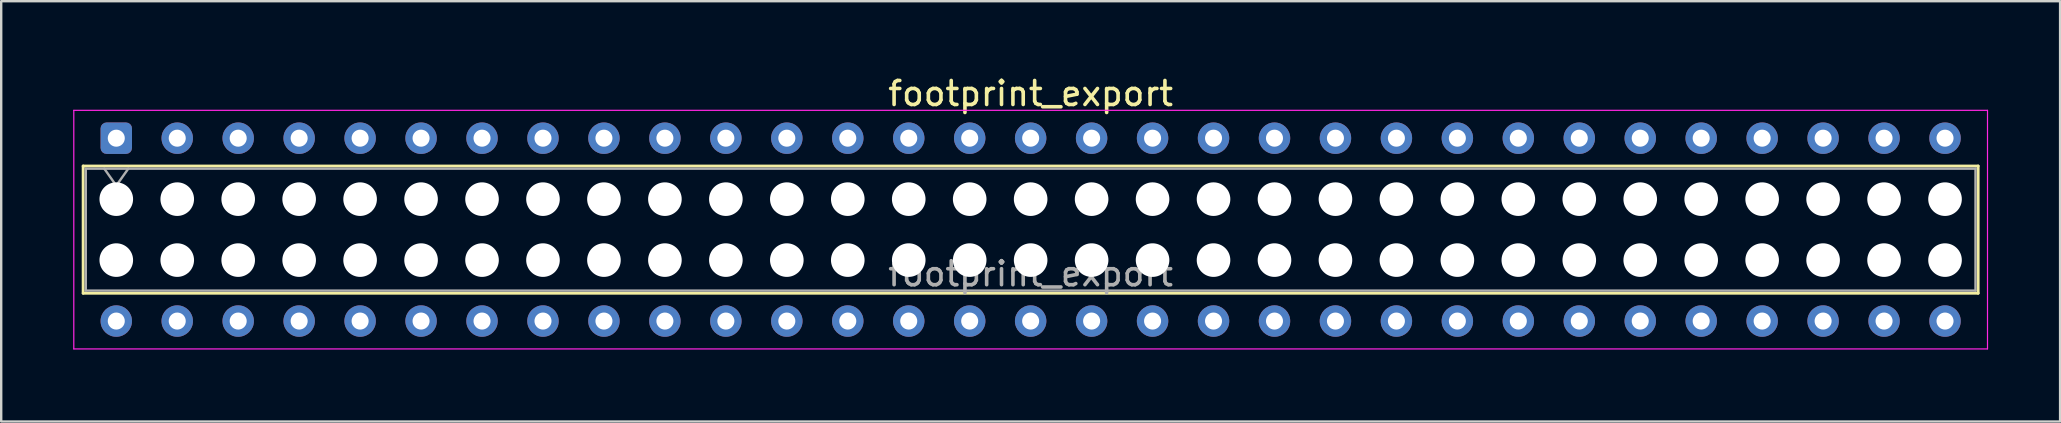
<source format=kicad_pcb>
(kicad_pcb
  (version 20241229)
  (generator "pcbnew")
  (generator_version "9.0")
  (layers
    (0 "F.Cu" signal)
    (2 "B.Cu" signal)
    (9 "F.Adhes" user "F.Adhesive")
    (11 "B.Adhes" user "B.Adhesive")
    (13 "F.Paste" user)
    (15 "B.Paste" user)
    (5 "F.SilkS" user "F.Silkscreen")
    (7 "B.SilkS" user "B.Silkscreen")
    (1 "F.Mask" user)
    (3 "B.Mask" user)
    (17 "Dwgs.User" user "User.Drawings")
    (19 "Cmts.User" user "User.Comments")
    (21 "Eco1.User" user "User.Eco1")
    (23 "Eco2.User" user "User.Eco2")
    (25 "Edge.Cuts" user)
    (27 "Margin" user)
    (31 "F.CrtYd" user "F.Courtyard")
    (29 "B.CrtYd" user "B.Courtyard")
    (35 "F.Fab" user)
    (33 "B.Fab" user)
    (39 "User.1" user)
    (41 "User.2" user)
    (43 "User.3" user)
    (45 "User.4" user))
  (footprint "footprint_export"
    (layer "F.Cu")
    (at 1.795 2.708)
    (property "Reference" "footprint_export" (at 38.1 -1.86 0) (layer "F.SilkS") (effects (font (size 1 1) (thickness 0.15))))
    (attr through_hole)
    (fp_line (start -1.38 1.16) (end 77.58 1.16) (stroke (width 0.12) (type solid)) (layer "F.SilkS"))
    (fp_line (start -1.38 6.46) (end -1.38 1.16) (stroke (width 0.12) (type solid)) (layer "F.SilkS"))
    (fp_line (start 77.58 1.16) (end 77.58 6.46) (stroke (width 0.12) (type solid)) (layer "F.SilkS"))
    (fp_line (start 77.58 6.46) (end -1.38 6.46) (stroke (width 0.12) (type solid)) (layer "F.SilkS"))
    (fp_line (start -1.77 -1.16) (end 77.97 -1.16) (stroke (width 0.05) (type solid)) (layer "F.CrtYd"))
    (fp_line (start -1.77 8.78) (end -1.77 -1.16) (stroke (width 0.05) (type solid)) (layer "F.CrtYd"))
    (fp_line (start 77.97 -1.16) (end 77.97 8.78) (stroke (width 0.05) (type solid)) (layer "F.CrtYd"))
    (fp_line (start 77.97 8.78) (end -1.77 8.78) (stroke (width 0.05) (type solid)) (layer "F.CrtYd"))
    (fp_line (start -1.27 1.27) (end 77.47 1.27) (stroke (width 0.1) (type solid)) (layer "F.Fab"))
    (fp_line (start -1.27 6.35) (end -1.27 1.27) (stroke (width 0.1) (type solid)) (layer "F.Fab"))
    (fp_line (start -0.5 1.27) (end 0 1.977) (stroke (width 0.1) (type solid)) (layer "F.Fab"))
    (fp_line (start 0 1.977) (end 0.5 1.27) (stroke (width 0.1) (type solid)) (layer "F.Fab"))
    (fp_line (start 77.47 1.27) (end 77.47 6.35) (stroke (width 0.1) (type solid)) (layer "F.Fab"))
    (fp_line (start 77.47 6.35) (end -1.27 6.35) (stroke (width 0.1) (type solid)) (layer "F.Fab"))
    (fp_text user "${REFERENCE}" (at 38.1 5.65 0) (layer "F.Fab") (effects (font (size 1 1) (thickness 0.15))))
    (pad "" np_thru_hole circle (at 0 2.54) (size 1.4 1.4) (drill 1.4) (layers "*.Cu" "*.Mask"))
    (pad "" np_thru_hole circle (at 0 5.08) (size 1.4 1.4) (drill 1.4) (layers "*.Cu" "*.Mask"))
    (pad "" np_thru_hole circle (at 2.54 2.54) (size 1.4 1.4) (drill 1.4) (layers "*.Cu" "*.Mask"))
    (pad "" np_thru_hole circle (at 2.54 5.08) (size 1.4 1.4) (drill 1.4) (layers "*.Cu" "*.Mask"))
    (pad "" np_thru_hole circle (at 5.08 2.54) (size 1.4 1.4) (drill 1.4) (layers "*.Cu" "*.Mask"))
    (pad "" np_thru_hole circle (at 5.08 5.08) (size 1.4 1.4) (drill 1.4) (layers "*.Cu" "*.Mask"))
    (pad "" np_thru_hole circle (at 7.62 2.54) (size 1.4 1.4) (drill 1.4) (layers "*.Cu" "*.Mask"))
    (pad "" np_thru_hole circle (at 7.62 5.08) (size 1.4 1.4) (drill 1.4) (layers "*.Cu" "*.Mask"))
    (pad "" np_thru_hole circle (at 10.16 2.54) (size 1.4 1.4) (drill 1.4) (layers "*.Cu" "*.Mask"))
    (pad "" np_thru_hole circle (at 10.16 5.08) (size 1.4 1.4) (drill 1.4) (layers "*.Cu" "*.Mask"))
    (pad "" np_thru_hole circle (at 12.7 2.54) (size 1.4 1.4) (drill 1.4) (layers "*.Cu" "*.Mask"))
    (pad "" np_thru_hole circle (at 12.7 5.08) (size 1.4 1.4) (drill 1.4) (layers "*.Cu" "*.Mask"))
    (pad "" np_thru_hole circle (at 15.24 2.54) (size 1.4 1.4) (drill 1.4) (layers "*.Cu" "*.Mask"))
    (pad "" np_thru_hole circle (at 15.24 5.08) (size 1.4 1.4) (drill 1.4) (layers "*.Cu" "*.Mask"))
    (pad "" np_thru_hole circle (at 17.78 2.54) (size 1.4 1.4) (drill 1.4) (layers "*.Cu" "*.Mask"))
    (pad "" np_thru_hole circle (at 17.78 5.08) (size 1.4 1.4) (drill 1.4) (layers "*.Cu" "*.Mask"))
    (pad "" np_thru_hole circle (at 20.32 2.54) (size 1.4 1.4) (drill 1.4) (layers "*.Cu" "*.Mask"))
    (pad "" np_thru_hole circle (at 20.32 5.08) (size 1.4 1.4) (drill 1.4) (layers "*.Cu" "*.Mask"))
    (pad "" np_thru_hole circle (at 22.86 2.54) (size 1.4 1.4) (drill 1.4) (layers "*.Cu" "*.Mask"))
    (pad "" np_thru_hole circle (at 22.86 5.08) (size 1.4 1.4) (drill 1.4) (layers "*.Cu" "*.Mask"))
    (pad "" np_thru_hole circle (at 25.4 2.54) (size 1.4 1.4) (drill 1.4) (layers "*.Cu" "*.Mask"))
    (pad "" np_thru_hole circle (at 25.4 5.08) (size 1.4 1.4) (drill 1.4) (layers "*.Cu" "*.Mask"))
    (pad "" np_thru_hole circle (at 27.94 2.54) (size 1.4 1.4) (drill 1.4) (layers "*.Cu" "*.Mask"))
    (pad "" np_thru_hole circle (at 27.94 5.08) (size 1.4 1.4) (drill 1.4) (layers "*.Cu" "*.Mask"))
    (pad "" np_thru_hole circle (at 30.48 2.54) (size 1.4 1.4) (drill 1.4) (layers "*.Cu" "*.Mask"))
    (pad "" np_thru_hole circle (at 30.48 5.08) (size 1.4 1.4) (drill 1.4) (layers "*.Cu" "*.Mask"))
    (pad "" np_thru_hole circle (at 33.02 2.54) (size 1.4 1.4) (drill 1.4) (layers "*.Cu" "*.Mask"))
    (pad "" np_thru_hole circle (at 33.02 5.08) (size 1.4 1.4) (drill 1.4) (layers "*.Cu" "*.Mask"))
    (pad "" np_thru_hole circle (at 35.56 2.54) (size 1.4 1.4) (drill 1.4) (layers "*.Cu" "*.Mask"))
    (pad "" np_thru_hole circle (at 35.56 5.08) (size 1.4 1.4) (drill 1.4) (layers "*.Cu" "*.Mask"))
    (pad "" np_thru_hole circle (at 38.1 2.54) (size 1.4 1.4) (drill 1.4) (layers "*.Cu" "*.Mask"))
    (pad "" np_thru_hole circle (at 38.1 5.08) (size 1.4 1.4) (drill 1.4) (layers "*.Cu" "*.Mask"))
    (pad "" np_thru_hole circle (at 40.64 2.54) (size 1.4 1.4) (drill 1.4) (layers "*.Cu" "*.Mask"))
    (pad "" np_thru_hole circle (at 40.64 5.08) (size 1.4 1.4) (drill 1.4) (layers "*.Cu" "*.Mask"))
    (pad "" np_thru_hole circle (at 43.18 2.54) (size 1.4 1.4) (drill 1.4) (layers "*.Cu" "*.Mask"))
    (pad "" np_thru_hole circle (at 43.18 5.08) (size 1.4 1.4) (drill 1.4) (layers "*.Cu" "*.Mask"))
    (pad "" np_thru_hole circle (at 45.72 2.54) (size 1.4 1.4) (drill 1.4) (layers "*.Cu" "*.Mask"))
    (pad "" np_thru_hole circle (at 45.72 5.08) (size 1.4 1.4) (drill 1.4) (layers "*.Cu" "*.Mask"))
    (pad "" np_thru_hole circle (at 48.26 2.54) (size 1.4 1.4) (drill 1.4) (layers "*.Cu" "*.Mask"))
    (pad "" np_thru_hole circle (at 48.26 5.08) (size 1.4 1.4) (drill 1.4) (layers "*.Cu" "*.Mask"))
    (pad "" np_thru_hole circle (at 50.8 2.54) (size 1.4 1.4) (drill 1.4) (layers "*.Cu" "*.Mask"))
    (pad "" np_thru_hole circle (at 50.8 5.08) (size 1.4 1.4) (drill 1.4) (layers "*.Cu" "*.Mask"))
    (pad "" np_thru_hole circle (at 53.34 2.54) (size 1.4 1.4) (drill 1.4) (layers "*.Cu" "*.Mask"))
    (pad "" np_thru_hole circle (at 53.34 5.08) (size 1.4 1.4) (drill 1.4) (layers "*.Cu" "*.Mask"))
    (pad "" np_thru_hole circle (at 55.88 2.54) (size 1.4 1.4) (drill 1.4) (layers "*.Cu" "*.Mask"))
    (pad "" np_thru_hole circle (at 55.88 5.08) (size 1.4 1.4) (drill 1.4) (layers "*.Cu" "*.Mask"))
    (pad "" np_thru_hole circle (at 58.42 2.54) (size 1.4 1.4) (drill 1.4) (layers "*.Cu" "*.Mask"))
    (pad "" np_thru_hole circle (at 58.42 5.08) (size 1.4 1.4) (drill 1.4) (layers "*.Cu" "*.Mask"))
    (pad "" np_thru_hole circle (at 60.96 2.54) (size 1.4 1.4) (drill 1.4) (layers "*.Cu" "*.Mask"))
    (pad "" np_thru_hole circle (at 60.96 5.08) (size 1.4 1.4) (drill 1.4) (layers "*.Cu" "*.Mask"))
    (pad "" np_thru_hole circle (at 63.5 2.54) (size 1.4 1.4) (drill 1.4) (layers "*.Cu" "*.Mask"))
    (pad "" np_thru_hole circle (at 63.5 5.08) (size 1.4 1.4) (drill 1.4) (layers "*.Cu" "*.Mask"))
    (pad "" np_thru_hole circle (at 66.04 2.54) (size 1.4 1.4) (drill 1.4) (layers "*.Cu" "*.Mask"))
    (pad "" np_thru_hole circle (at 66.04 5.08) (size 1.4 1.4) (drill 1.4) (layers "*.Cu" "*.Mask"))
    (pad "" np_thru_hole circle (at 68.58 2.54) (size 1.4 1.4) (drill 1.4) (layers "*.Cu" "*.Mask"))
    (pad "" np_thru_hole circle (at 68.58 5.08) (size 1.4 1.4) (drill 1.4) (layers "*.Cu" "*.Mask"))
    (pad "" np_thru_hole circle (at 71.12 2.54) (size 1.4 1.4) (drill 1.4) (layers "*.Cu" "*.Mask"))
    (pad "" np_thru_hole circle (at 71.12 5.08) (size 1.4 1.4) (drill 1.4) (layers "*.Cu" "*.Mask"))
    (pad "" np_thru_hole circle (at 73.66 2.54) (size 1.4 1.4) (drill 1.4) (layers "*.Cu" "*.Mask"))
    (pad "" np_thru_hole circle (at 73.66 5.08) (size 1.4 1.4) (drill 1.4) (layers "*.Cu" "*.Mask"))
    (pad "" np_thru_hole circle (at 76.2 2.54) (size 1.4 1.4) (drill 1.4) (layers "*.Cu" "*.Mask"))
    (pad "" np_thru_hole circle (at 76.2 5.08) (size 1.4 1.4) (drill 1.4) (layers "*.Cu" "*.Mask"))
    (pad "1" thru_hole roundrect (at 0 0) (size 1.31 1.31) (drill 0.71) (layers "*.Cu" "*.Mask") (roundrect_rratio 0.191))
    (pad "2" thru_hole circle (at 0 7.62) (size 1.31 1.31) (drill 0.71) (layers "*.Cu" "*.Mask"))
    (pad "3" thru_hole circle (at 2.54 0) (size 1.31 1.31) (drill 0.71) (layers "*.Cu" "*.Mask"))
    (pad "4" thru_hole circle (at 2.54 7.62) (size 1.31 1.31) (drill 0.71) (layers "*.Cu" "*.Mask"))
    (pad "5" thru_hole circle (at 5.08 0) (size 1.31 1.31) (drill 0.71) (layers "*.Cu" "*.Mask"))
    (pad "6" thru_hole circle (at 5.08 7.62) (size 1.31 1.31) (drill 0.71) (layers "*.Cu" "*.Mask"))
    (pad "7" thru_hole circle (at 7.62 0) (size 1.31 1.31) (drill 0.71) (layers "*.Cu" "*.Mask"))
    (pad "8" thru_hole circle (at 7.62 7.62) (size 1.31 1.31) (drill 0.71) (layers "*.Cu" "*.Mask"))
    (pad "9" thru_hole circle (at 10.16 0) (size 1.31 1.31) (drill 0.71) (layers "*.Cu" "*.Mask"))
    (pad "10" thru_hole circle (at 10.16 7.62) (size 1.31 1.31) (drill 0.71) (layers "*.Cu" "*.Mask"))
    (pad "11" thru_hole circle (at 12.7 0) (size 1.31 1.31) (drill 0.71) (layers "*.Cu" "*.Mask"))
    (pad "12" thru_hole circle (at 12.7 7.62) (size 1.31 1.31) (drill 0.71) (layers "*.Cu" "*.Mask"))
    (pad "13" thru_hole circle (at 15.24 0) (size 1.31 1.31) (drill 0.71) (layers "*.Cu" "*.Mask"))
    (pad "14" thru_hole circle (at 15.24 7.62) (size 1.31 1.31) (drill 0.71) (layers "*.Cu" "*.Mask"))
    (pad "15" thru_hole circle (at 17.78 0) (size 1.31 1.31) (drill 0.71) (layers "*.Cu" "*.Mask"))
    (pad "16" thru_hole circle (at 17.78 7.62) (size 1.31 1.31) (drill 0.71) (layers "*.Cu" "*.Mask"))
    (pad "17" thru_hole circle (at 20.32 0) (size 1.31 1.31) (drill 0.71) (layers "*.Cu" "*.Mask"))
    (pad "18" thru_hole circle (at 20.32 7.62) (size 1.31 1.31) (drill 0.71) (layers "*.Cu" "*.Mask"))
    (pad "19" thru_hole circle (at 22.86 0) (size 1.31 1.31) (drill 0.71) (layers "*.Cu" "*.Mask"))
    (pad "20" thru_hole circle (at 22.86 7.62) (size 1.31 1.31) (drill 0.71) (layers "*.Cu" "*.Mask"))
    (pad "21" thru_hole circle (at 25.4 0) (size 1.31 1.31) (drill 0.71) (layers "*.Cu" "*.Mask"))
    (pad "22" thru_hole circle (at 25.4 7.62) (size 1.31 1.31) (drill 0.71) (layers "*.Cu" "*.Mask"))
    (pad "23" thru_hole circle (at 27.94 0) (size 1.31 1.31) (drill 0.71) (layers "*.Cu" "*.Mask"))
    (pad "24" thru_hole circle (at 27.94 7.62) (size 1.31 1.31) (drill 0.71) (layers "*.Cu" "*.Mask"))
    (pad "25" thru_hole circle (at 30.48 0) (size 1.31 1.31) (drill 0.71) (layers "*.Cu" "*.Mask"))
    (pad "26" thru_hole circle (at 30.48 7.62) (size 1.31 1.31) (drill 0.71) (layers "*.Cu" "*.Mask"))
    (pad "27" thru_hole circle (at 33.02 0) (size 1.31 1.31) (drill 0.71) (layers "*.Cu" "*.Mask"))
    (pad "28" thru_hole circle (at 33.02 7.62) (size 1.31 1.31) (drill 0.71) (layers "*.Cu" "*.Mask"))
    (pad "29" thru_hole circle (at 35.56 0) (size 1.31 1.31) (drill 0.71) (layers "*.Cu" "*.Mask"))
    (pad "30" thru_hole circle (at 35.56 7.62) (size 1.31 1.31) (drill 0.71) (layers "*.Cu" "*.Mask"))
    (pad "31" thru_hole circle (at 38.1 0) (size 1.31 1.31) (drill 0.71) (layers "*.Cu" "*.Mask"))
    (pad "32" thru_hole circle (at 38.1 7.62) (size 1.31 1.31) (drill 0.71) (layers "*.Cu" "*.Mask"))
    (pad "33" thru_hole circle (at 40.64 0) (size 1.31 1.31) (drill 0.71) (layers "*.Cu" "*.Mask"))
    (pad "34" thru_hole circle (at 40.64 7.62) (size 1.31 1.31) (drill 0.71) (layers "*.Cu" "*.Mask"))
    (pad "35" thru_hole circle (at 43.18 0) (size 1.31 1.31) (drill 0.71) (layers "*.Cu" "*.Mask"))
    (pad "36" thru_hole circle (at 43.18 7.62) (size 1.31 1.31) (drill 0.71) (layers "*.Cu" "*.Mask"))
    (pad "37" thru_hole circle (at 45.72 0) (size 1.31 1.31) (drill 0.71) (layers "*.Cu" "*.Mask"))
    (pad "38" thru_hole circle (at 45.72 7.62) (size 1.31 1.31) (drill 0.71) (layers "*.Cu" "*.Mask"))
    (pad "39" thru_hole circle (at 48.26 0) (size 1.31 1.31) (drill 0.71) (layers "*.Cu" "*.Mask"))
    (pad "40" thru_hole circle (at 48.26 7.62) (size 1.31 1.31) (drill 0.71) (layers "*.Cu" "*.Mask"))
    (pad "41" thru_hole circle (at 50.8 0) (size 1.31 1.31) (drill 0.71) (layers "*.Cu" "*.Mask"))
    (pad "42" thru_hole circle (at 50.8 7.62) (size 1.31 1.31) (drill 0.71) (layers "*.Cu" "*.Mask"))
    (pad "43" thru_hole circle (at 53.34 0) (size 1.31 1.31) (drill 0.71) (layers "*.Cu" "*.Mask"))
    (pad "44" thru_hole circle (at 53.34 7.62) (size 1.31 1.31) (drill 0.71) (layers "*.Cu" "*.Mask"))
    (pad "45" thru_hole circle (at 55.88 0) (size 1.31 1.31) (drill 0.71) (layers "*.Cu" "*.Mask"))
    (pad "46" thru_hole circle (at 55.88 7.62) (size 1.31 1.31) (drill 0.71) (layers "*.Cu" "*.Mask"))
    (pad "47" thru_hole circle (at 58.42 0) (size 1.31 1.31) (drill 0.71) (layers "*.Cu" "*.Mask"))
    (pad "48" thru_hole circle (at 58.42 7.62) (size 1.31 1.31) (drill 0.71) (layers "*.Cu" "*.Mask"))
    (pad "49" thru_hole circle (at 60.96 0) (size 1.31 1.31) (drill 0.71) (layers "*.Cu" "*.Mask"))
    (pad "50" thru_hole circle (at 60.96 7.62) (size 1.31 1.31) (drill 0.71) (layers "*.Cu" "*.Mask"))
    (pad "51" thru_hole circle (at 63.5 0) (size 1.31 1.31) (drill 0.71) (layers "*.Cu" "*.Mask"))
    (pad "52" thru_hole circle (at 63.5 7.62) (size 1.31 1.31) (drill 0.71) (layers "*.Cu" "*.Mask"))
    (pad "53" thru_hole circle (at 66.04 0) (size 1.31 1.31) (drill 0.71) (layers "*.Cu" "*.Mask"))
    (pad "54" thru_hole circle (at 66.04 7.62) (size 1.31 1.31) (drill 0.71) (layers "*.Cu" "*.Mask"))
    (pad "55" thru_hole circle (at 68.58 0) (size 1.31 1.31) (drill 0.71) (layers "*.Cu" "*.Mask"))
    (pad "56" thru_hole circle (at 68.58 7.62) (size 1.31 1.31) (drill 0.71) (layers "*.Cu" "*.Mask"))
    (pad "57" thru_hole circle (at 71.12 0) (size 1.31 1.31) (drill 0.71) (layers "*.Cu" "*.Mask"))
    (pad "58" thru_hole circle (at 71.12 7.62) (size 1.31 1.31) (drill 0.71) (layers "*.Cu" "*.Mask"))
    (pad "59" thru_hole circle (at 73.66 0) (size 1.31 1.31) (drill 0.71) (layers "*.Cu" "*.Mask"))
    (pad "60" thru_hole circle (at 73.66 7.62) (size 1.31 1.31) (drill 0.71) (layers "*.Cu" "*.Mask"))
    (pad "61" thru_hole circle (at 76.2 0) (size 1.31 1.31) (drill 0.71) (layers "*.Cu" "*.Mask"))
    (pad "62" thru_hole circle (at 76.2 7.62) (size 1.31 1.31) (drill 0.71) (layers "*.Cu" "*.Mask")))
  (gr_rect
    (start -3 -3)
    (end 82.79 14.513)
    (stroke (width 0.1) (type default))
    (fill no)
    (layer "Edge.Cuts")))
</source>
